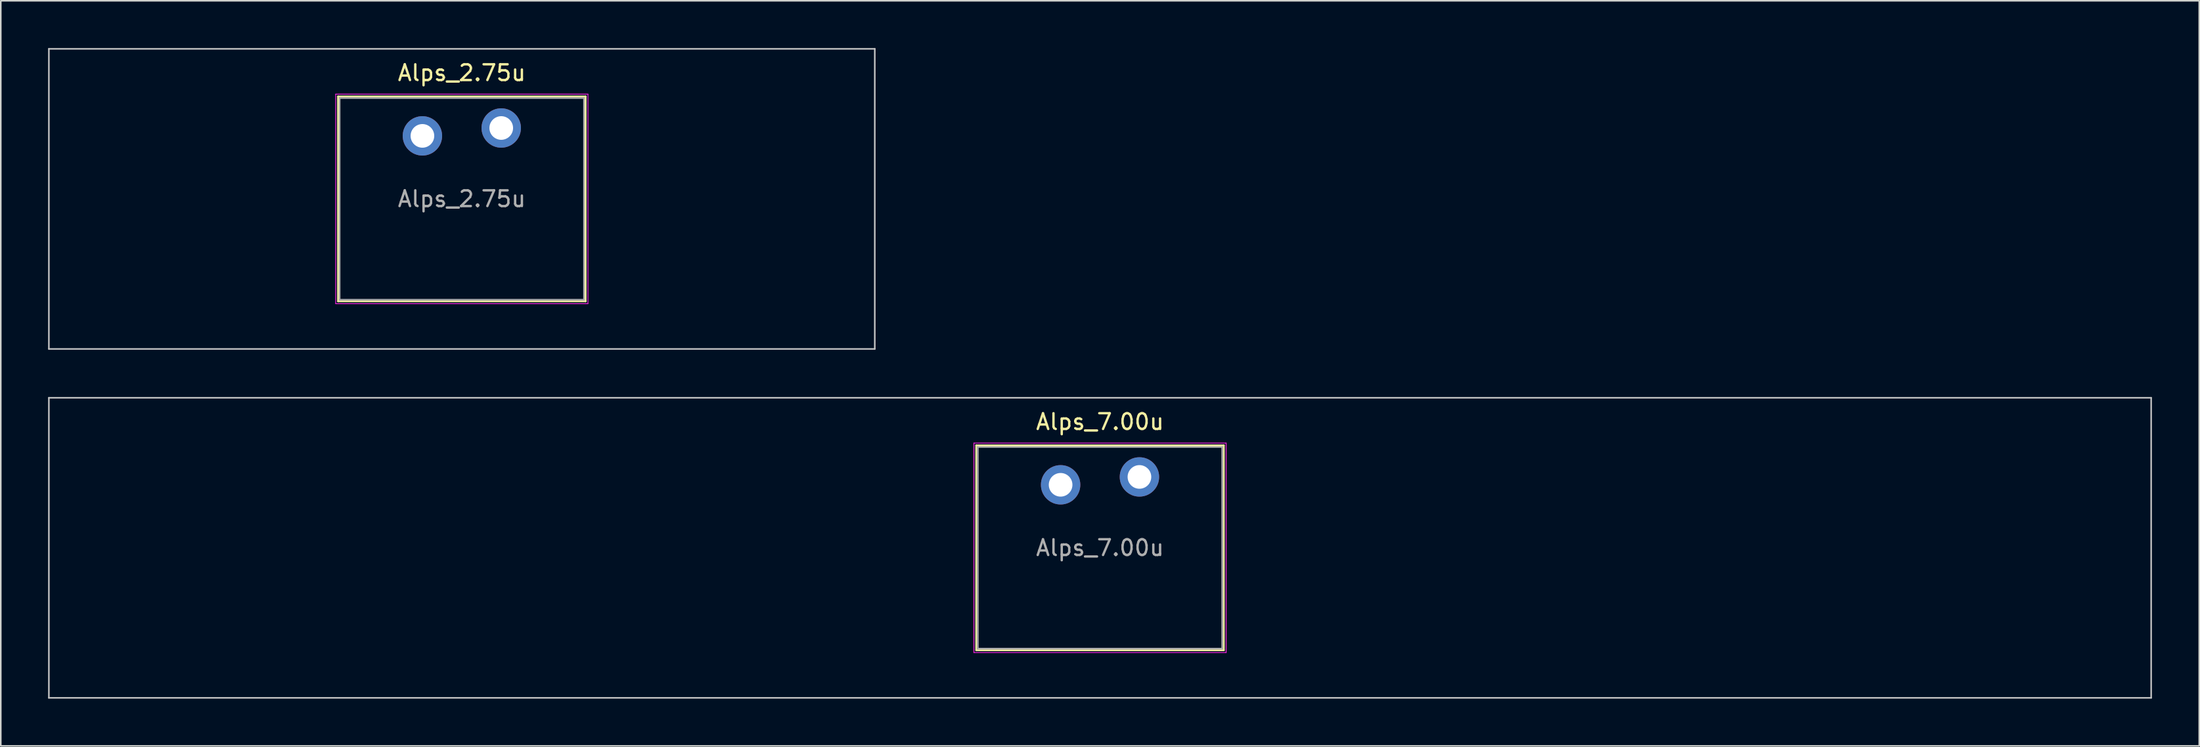
<source format=kicad_pcb>
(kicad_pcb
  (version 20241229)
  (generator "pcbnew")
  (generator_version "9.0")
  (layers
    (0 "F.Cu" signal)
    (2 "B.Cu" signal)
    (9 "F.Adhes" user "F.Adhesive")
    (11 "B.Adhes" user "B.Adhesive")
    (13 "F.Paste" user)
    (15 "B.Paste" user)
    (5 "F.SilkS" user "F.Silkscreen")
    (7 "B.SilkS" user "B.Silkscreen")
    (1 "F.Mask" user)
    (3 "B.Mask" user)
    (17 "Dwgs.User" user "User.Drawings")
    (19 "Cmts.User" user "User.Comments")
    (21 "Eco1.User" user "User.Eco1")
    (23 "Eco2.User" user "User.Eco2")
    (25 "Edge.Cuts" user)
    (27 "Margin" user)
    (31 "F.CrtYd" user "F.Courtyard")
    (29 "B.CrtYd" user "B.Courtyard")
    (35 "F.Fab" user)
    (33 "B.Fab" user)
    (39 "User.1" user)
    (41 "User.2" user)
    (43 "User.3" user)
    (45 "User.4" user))
  (footprint "Alps_2.75u"
    (layer "F.Cu")
    (at 26.244 9.575)
    (property "Reference" "Alps_2.75u" (at 0 -8 0) (layer "F.SilkS") (effects (font (size 1 1) (thickness 0.15))))
    (attr through_hole)
    (fp_line (start -7.85 -6.5) (end -7.85 6.5) (stroke (width 0.12) (type solid)) (layer "F.SilkS"))
    (fp_line (start -7.85 6.5) (end 7.85 6.5) (stroke (width 0.12) (type solid)) (layer "F.SilkS"))
    (fp_line (start 7.85 -6.5) (end -7.85 -6.5) (stroke (width 0.12) (type solid)) (layer "F.SilkS"))
    (fp_line (start 7.85 6.5) (end 7.85 -6.5) (stroke (width 0.12) (type solid)) (layer "F.SilkS"))
    (fp_line (start -26.194 -9.525) (end -26.194 9.525) (stroke (width 0.1) (type solid)) (layer "Dwgs.User"))
    (fp_line (start -26.194 9.525) (end 26.194 9.525) (stroke (width 0.1) (type solid)) (layer "Dwgs.User"))
    (fp_line (start 26.194 -9.525) (end -26.194 -9.525) (stroke (width 0.1) (type solid)) (layer "Dwgs.User"))
    (fp_line (start 26.194 9.525) (end 26.194 -9.525) (stroke (width 0.1) (type solid)) (layer "Dwgs.User"))
    (fp_line (start -7.75 -6.4) (end -7.75 6.4) (stroke (width 0.1) (type solid)) (layer "Eco1.User"))
    (fp_line (start -7.75 6.4) (end 7.75 6.4) (stroke (width 0.1) (type solid)) (layer "Eco1.User"))
    (fp_line (start 7.75 -6.4) (end -7.75 -6.4) (stroke (width 0.1) (type solid)) (layer "Eco1.User"))
    (fp_line (start 7.75 6.4) (end 7.75 -6.4) (stroke (width 0.1) (type solid)) (layer "Eco1.User"))
    (fp_line (start -8 -6.65) (end -8 6.65) (stroke (width 0.05) (type solid)) (layer "F.CrtYd"))
    (fp_line (start -8 6.65) (end 8 6.65) (stroke (width 0.05) (type solid)) (layer "F.CrtYd"))
    (fp_line (start 8 -6.65) (end -8 -6.65) (stroke (width 0.05) (type solid)) (layer "F.CrtYd"))
    (fp_line (start 8 6.65) (end 8 -6.65) (stroke (width 0.05) (type solid)) (layer "F.CrtYd"))
    (fp_line (start -7.75 -6.4) (end -7.75 6.4) (stroke (width 0.1) (type solid)) (layer "F.Fab"))
    (fp_line (start -7.75 6.4) (end 7.75 6.4) (stroke (width 0.1) (type solid)) (layer "F.Fab"))
    (fp_line (start 7.75 -6.4) (end -7.75 -6.4) (stroke (width 0.1) (type solid)) (layer "F.Fab"))
    (fp_line (start 7.75 6.4) (end 7.75 -6.4) (stroke (width 0.1) (type solid)) (layer "F.Fab"))
    (fp_text user "${REFERENCE}" (at 0 0 0) (layer "F.Fab") (effects (font (size 1 1) (thickness 0.15))))
    (pad "1" thru_hole circle (at -2.5 -4) (size 2.5 2.5) (drill 1.5) (layers "*.Cu" "*.Mask"))
    (pad "2" thru_hole circle (at 2.5 -4.5) (size 2.5 2.5) (drill 1.5) (layers "*.Cu" "*.Mask")))
  (footprint "Alps_7.00u"
    (layer "F.Cu")
    (at 66.725 31.725)
    (property "Reference" "Alps_7.00u" (at 0 -8 0) (layer "F.SilkS") (effects (font (size 1 1) (thickness 0.15))))
    (attr through_hole)
    (fp_line (start -7.85 -6.5) (end -7.85 6.5) (stroke (width 0.12) (type solid)) (layer "F.SilkS"))
    (fp_line (start -7.85 6.5) (end 7.85 6.5) (stroke (width 0.12) (type solid)) (layer "F.SilkS"))
    (fp_line (start 7.85 -6.5) (end -7.85 -6.5) (stroke (width 0.12) (type solid)) (layer "F.SilkS"))
    (fp_line (start 7.85 6.5) (end 7.85 -6.5) (stroke (width 0.12) (type solid)) (layer "F.SilkS"))
    (fp_line (start -66.675 -9.525) (end -66.675 9.525) (stroke (width 0.1) (type solid)) (layer "Dwgs.User"))
    (fp_line (start -66.675 9.525) (end 66.675 9.525) (stroke (width 0.1) (type solid)) (layer "Dwgs.User"))
    (fp_line (start 66.675 -9.525) (end -66.675 -9.525) (stroke (width 0.1) (type solid)) (layer "Dwgs.User"))
    (fp_line (start 66.675 9.525) (end 66.675 -9.525) (stroke (width 0.1) (type solid)) (layer "Dwgs.User"))
    (fp_line (start -7.75 -6.4) (end -7.75 6.4) (stroke (width 0.1) (type solid)) (layer "Eco1.User"))
    (fp_line (start -7.75 6.4) (end 7.75 6.4) (stroke (width 0.1) (type solid)) (layer "Eco1.User"))
    (fp_line (start 7.75 -6.4) (end -7.75 -6.4) (stroke (width 0.1) (type solid)) (layer "Eco1.User"))
    (fp_line (start 7.75 6.4) (end 7.75 -6.4) (stroke (width 0.1) (type solid)) (layer "Eco1.User"))
    (fp_line (start -8 -6.65) (end -8 6.65) (stroke (width 0.05) (type solid)) (layer "F.CrtYd"))
    (fp_line (start -8 6.65) (end 8 6.65) (stroke (width 0.05) (type solid)) (layer "F.CrtYd"))
    (fp_line (start 8 -6.65) (end -8 -6.65) (stroke (width 0.05) (type solid)) (layer "F.CrtYd"))
    (fp_line (start 8 6.65) (end 8 -6.65) (stroke (width 0.05) (type solid)) (layer "F.CrtYd"))
    (fp_line (start -7.75 -6.4) (end -7.75 6.4) (stroke (width 0.1) (type solid)) (layer "F.Fab"))
    (fp_line (start -7.75 6.4) (end 7.75 6.4) (stroke (width 0.1) (type solid)) (layer "F.Fab"))
    (fp_line (start 7.75 -6.4) (end -7.75 -6.4) (stroke (width 0.1) (type solid)) (layer "F.Fab"))
    (fp_line (start 7.75 6.4) (end 7.75 -6.4) (stroke (width 0.1) (type solid)) (layer "F.Fab"))
    (fp_text user "${REFERENCE}" (at 0 0 0) (layer "F.Fab") (effects (font (size 1 1) (thickness 0.15))))
    (pad "1" thru_hole circle (at -2.5 -4) (size 2.5 2.5) (drill 1.5) (layers "*.Cu" "*.Mask"))
    (pad "2" thru_hole circle (at 2.5 -4.5) (size 2.5 2.5) (drill 1.5) (layers "*.Cu" "*.Mask")))
  (gr_rect
    (start -3 -3)
    (end 136.45 44.3)
    (stroke (width 0.1) (type default))
    (fill no)
    (layer "Edge.Cuts")))
</source>
